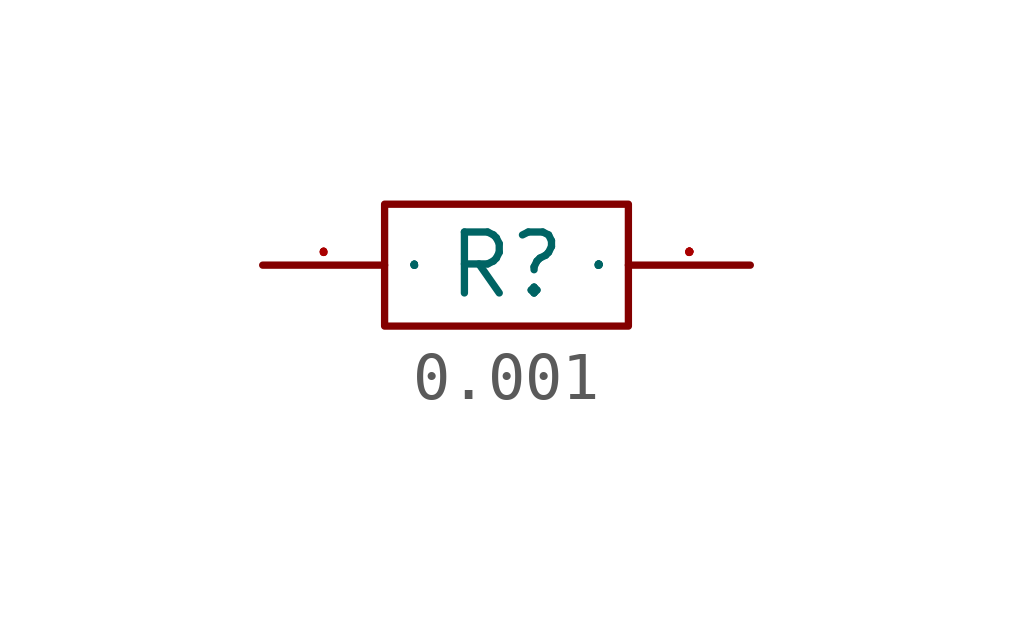
<source format=kicad_sym>
(kicad_symbol_lib
  (version 20231120)
  (generator "kicad_symbol_editor")
  (generator_version "8.0")
  (symbol "0.001"
    (property "Reference" "R"
      (at 0 0 0)
      (effects (font (size 1.27 1.27))))
    (property "Value" ""
      (at 0 0 0)
      (effects (font (size 1.27 1.27))))
    (symbol "0.001_1_0"
      (rectangle (start -2.54 -1.27) (end 2.54 1.27) (stroke (width 0) (type default)) (fill (type none)))
      (pin unspecified line (at -5.08 0 0) (length 2.54) (name "1" (effects (font (size 0.025 0.025)))) (number "1" (effects (font (size 0.025 0.025)))))
      (pin unspecified line (at 5.08 0 180) (length 2.54) (name "2" (effects (font (size 0.025 0.025)))) (number "2" (effects (font (size 0.025 0.025))))))))
</source>
